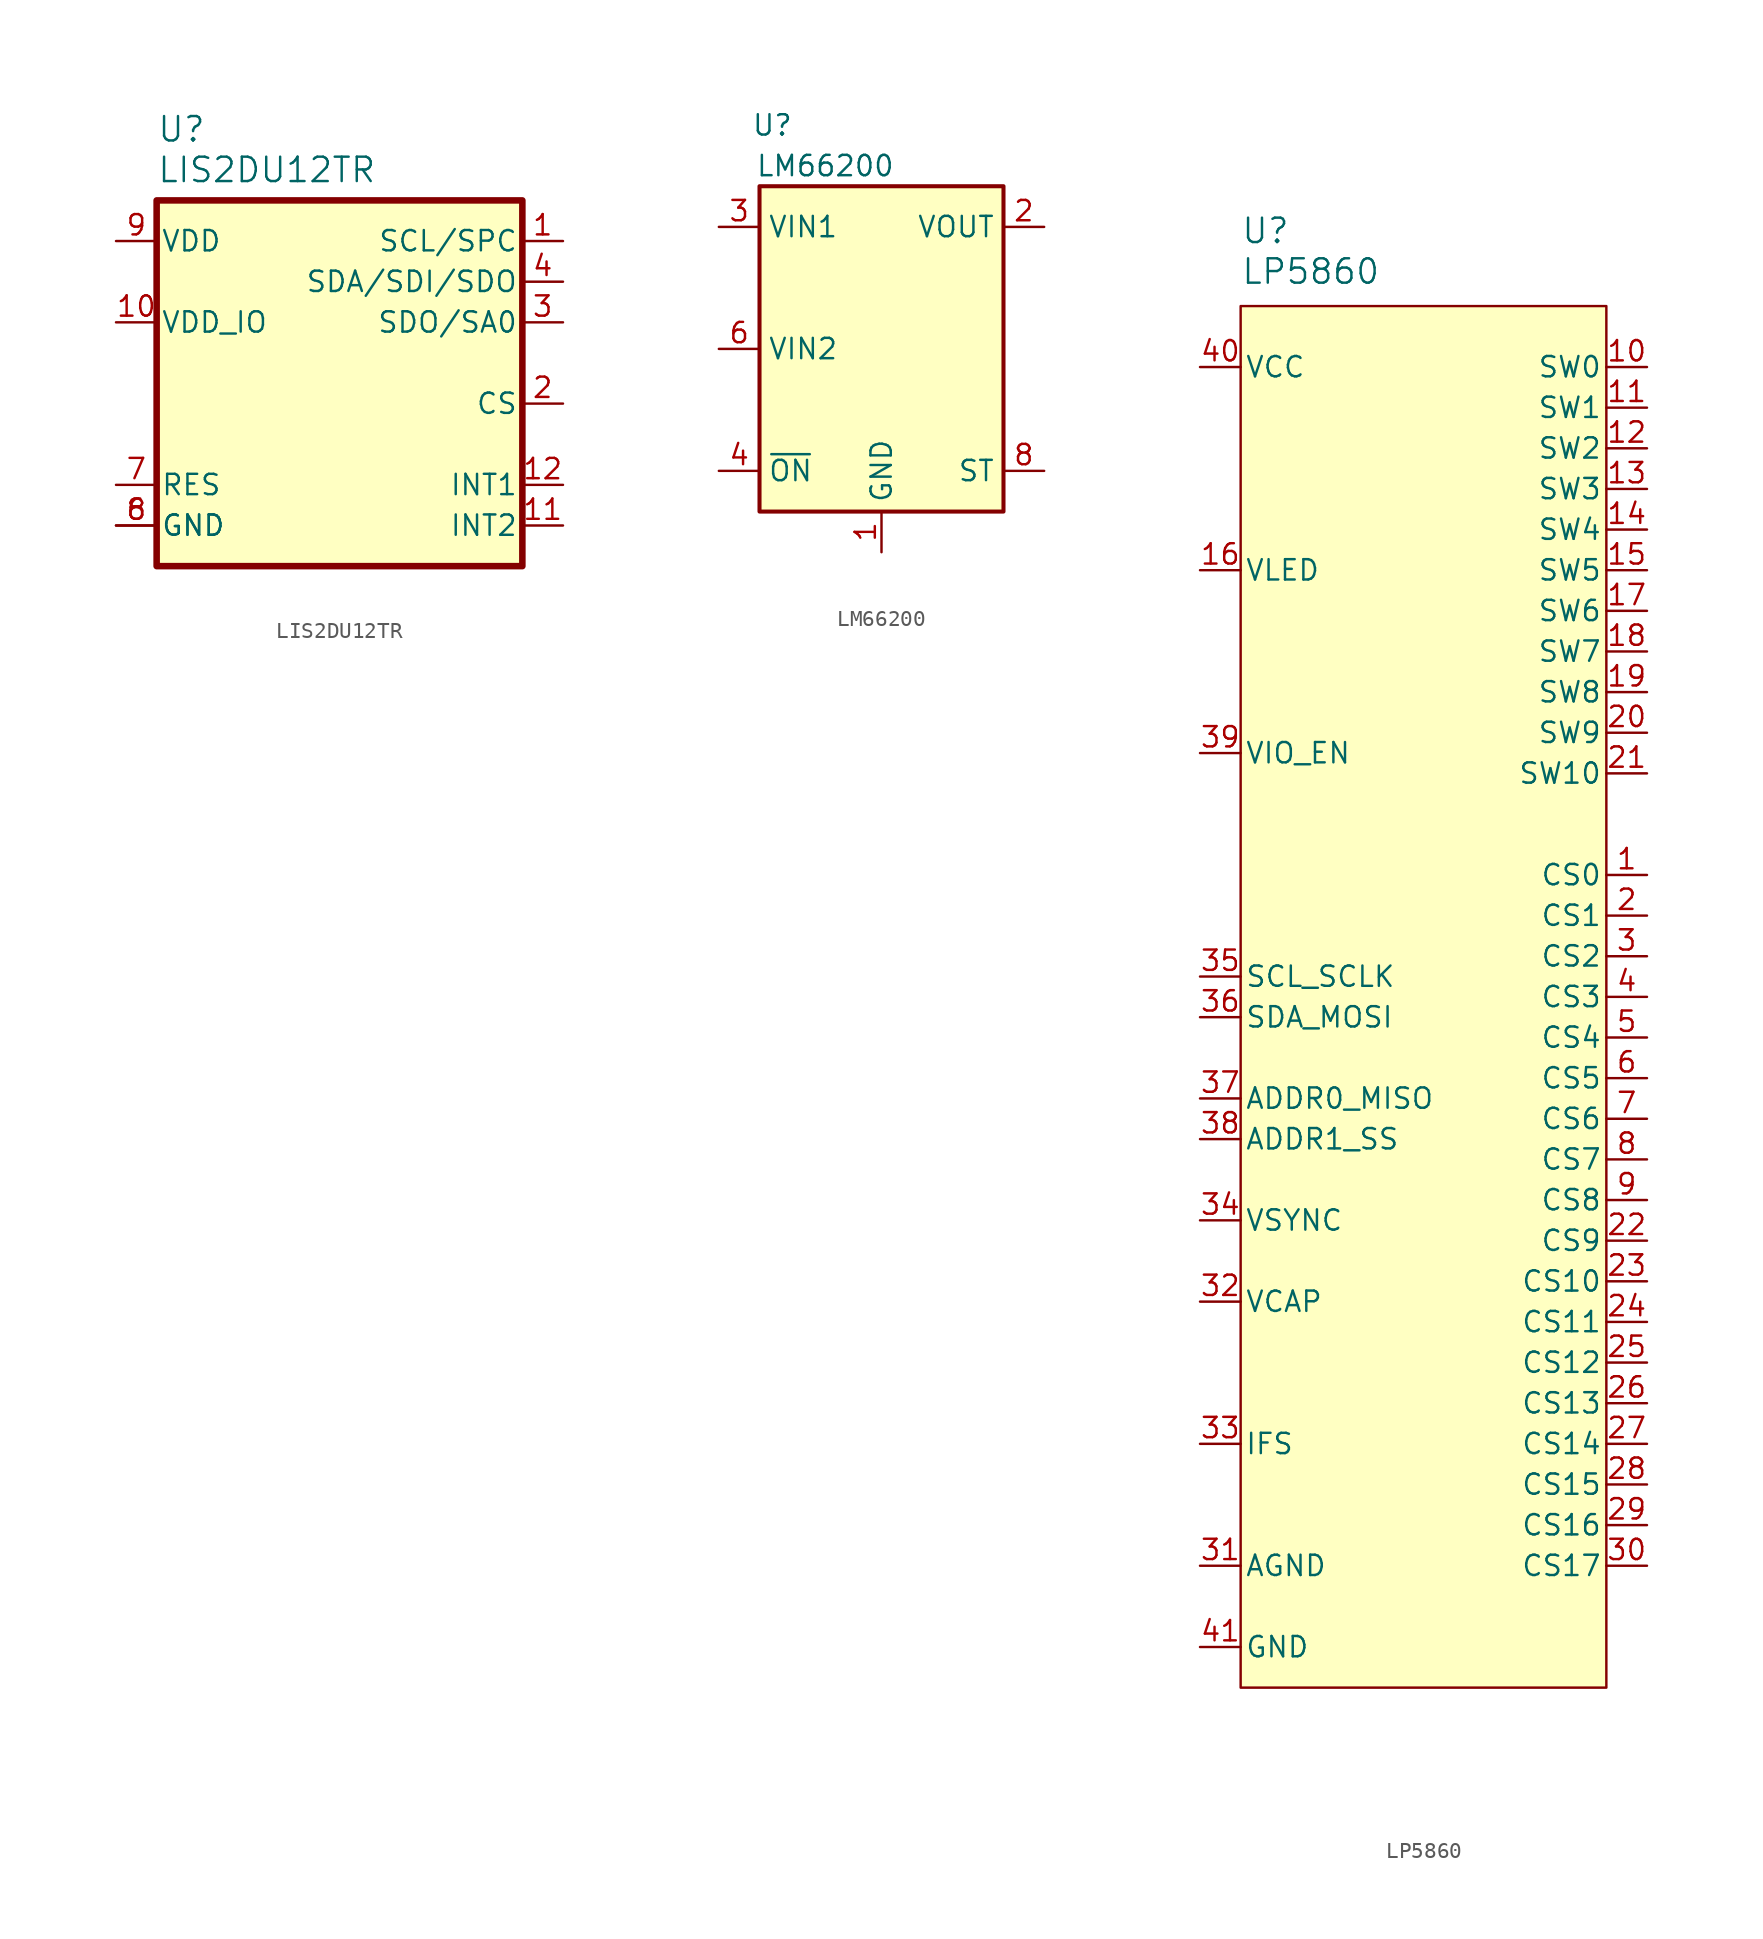
<source format=kicad_sym>
(kicad_symbol_lib
  (version 20241209)
  (generator "kicad_symbol_editor")
  (generator_version "9.0")
  (symbol "LIS2DU12TR"
    (pin_names
      (offset 0.254))
    (property "Reference" "U"
      (at -11.43 14.986 0)
      (effects (font (size 1.524 1.524)) (justify left bottom)))
    (property "Value" "LIS2DU12TR"
      (at -11.43 12.446 0)
      (effects (font (size 1.524 1.524)) (justify left bottom)))
    (symbol "LIS2DU12TR_0_0"
      (rectangle (start -11.43 11.43) (end 11.43 -11.43) (stroke (width 0.41) (type default)) (fill (type background))))
    (symbol "LIS2DU12TR_0_1"
      (pin power_in line (at -13.97 8.89 0) (length 2.54) (name "VDD" (effects (font (size 1.27 1.27)))) (number "9" (effects (font (size 1.27 1.27)))))
      (pin power_in line (at -13.97 3.81 0) (length 2.54) (name "VDD_IO" (effects (font (size 1.27 1.27)))) (number "10" (effects (font (size 1.27 1.27)))))
      (pin power_out line (at -13.97 -6.35 0) (length 2.54) (name "RES" (effects (font (size 1.27 1.27)))) (number "7" (effects (font (size 1.27 1.27)))))
      (pin power_out line (at -13.97 -8.89 0) (length 2.54) (name "GND" (effects (font (size 1.27 1.27)))) (number "6" (effects (font (size 1.27 1.27)))))
      (pin power_out line (at -13.97 -8.89 0) (length 2.54) (name "GND" (effects (font (size 1.27 1.27)))) (number "8" (effects (font (size 1.27 1.27)))))
      (pin no_connect line (at -10.16 -3.81 0) (length 2.54) (hide yes) (name "NC" (effects (font (size 1.27 1.27)))) (number "5" (effects (font (size 1.27 1.27)))))
      (pin input line (at 13.97 8.89 180) (length 2.54) (name "SCL/SPC" (effects (font (size 1.27 1.27)))) (number "1" (effects (font (size 1.27 1.27)))))
      (pin bidirectional line (at 13.97 6.35 180) (length 2.54) (name "SDA/SDI/SDO" (effects (font (size 1.27 1.27)))) (number "4" (effects (font (size 1.27 1.27))))))
    (symbol "LIS2DU12TR_1_1"
      (pin bidirectional line (at 13.97 3.81 180) (length 2.54) (name "SDO/SA0" (effects (font (size 1.27 1.27)))) (number "3" (effects (font (size 1.27 1.27)))))
      (pin input line (at 13.97 -1.27 180) (length 2.54) (name "CS" (effects (font (size 1.27 1.27)))) (number "2" (effects (font (size 1.27 1.27)))))
      (pin output line (at 13.97 -6.35 180) (length 2.54) (name "INT1" (effects (font (size 1.27 1.27)))) (number "12" (effects (font (size 1.27 1.27)))))
      (pin bidirectional line (at 13.97 -8.89 180) (length 2.54) (name "INT2" (effects (font (size 1.27 1.27)))) (number "11" (effects (font (size 1.27 1.27)))))))
  (symbol "LM66200"
    (property "Reference" "U"
      (at -8.128 13.97 0)
      (effects (font (size 1.27 1.27)) (justify left)))
    (property "Value" "LM66200"
      (at -7.874 11.43 0)
      (effects (font (size 1.27 1.27)) (justify left)))
    (symbol "LM66200_0_1"
      (rectangle (start -7.62 10.16) (end 7.62 -10.16) (stroke (width 0.254) (type default)) (fill (type background))))
    (symbol "LM66200_1_0"
      (pin power_out line (at 10.16 7.62 180) (length 2.54) (hide yes) (name "VOUT" (effects (font (size 1.27 1.27)))) (number "7" (effects (font (size 1.27 1.27))))))
    (symbol "LM66200_1_1"
      (pin power_in line (at -10.16 7.62 0) (length 2.54) (name "VIN1" (effects (font (size 1.27 1.27)))) (number "3" (effects (font (size 1.27 1.27)))))
      (pin power_in line (at -10.16 0 0) (length 2.54) (name "VIN2" (effects (font (size 1.27 1.27)))) (number "6" (effects (font (size 1.27 1.27)))))
      (pin input line (at -10.16 -7.62 0) (length 2.54) (name "~{ON}" (effects (font (size 1.27 1.27)))) (number "4" (effects (font (size 1.27 1.27)))))
      (pin power_in line (at 0 -12.7 90) (length 2.54) (name "GND" (effects (font (size 1.27 1.27)))) (number "1" (effects (font (size 1.27 1.27)))))
      (pin power_in line (at 0 -12.7 90) (length 2.54) (hide yes) (name "GND" (effects (font (size 1.27 1.27)))) (number "5" (effects (font (size 1.27 1.27)))))
      (pin power_out line (at 10.16 7.62 180) (length 2.54) (name "VOUT" (effects (font (size 1.27 1.27)))) (number "2" (effects (font (size 1.27 1.27)))))
      (pin open_collector line (at 10.16 -7.62 180) (length 2.54) (name "ST" (effects (font (size 1.27 1.27)))) (number "8" (effects (font (size 1.27 1.27)))))))
  (symbol "LP5860"
    (pin_names
      (offset 0.254))
    (property "Reference" "U"
      (at -11.43 44.45 0)
      (effects (font (size 1.524 1.524)) (justify left bottom)))
    (property "Value" "LP5860"
      (at -11.43 41.91 0)
      (effects (font (size 1.524 1.524)) (justify left bottom)))
    (symbol "LP5860_0_1"
      (rectangle (start -11.43 40.64) (end 11.43 -45.72) (stroke (width 0) (type default)) (fill (type background)))
      (pin power_in line (at -13.97 36.83 0) (length 2.54) (name "VCC" (effects (font (size 1.27 1.27)))) (number "40" (effects (font (size 1.27 1.27)))))
      (pin power_in line (at -13.97 24.13 0) (length 2.54) (name "VLED" (effects (font (size 1.27 1.27)))) (number "16" (effects (font (size 1.27 1.27)))))
      (pin power_in line (at -13.97 12.7 0) (length 2.54) (name "VIO_EN" (effects (font (size 1.27 1.27)))) (number "39" (effects (font (size 1.27 1.27)))))
      (pin input line (at -13.97 -1.27 0) (length 2.54) (name "SCL_SCLK" (effects (font (size 1.27 1.27)))) (number "35" (effects (font (size 1.27 1.27)))))
      (pin bidirectional line (at -13.97 -3.81 0) (length 2.54) (name "SDA_MOSI" (effects (font (size 1.27 1.27)))) (number "36" (effects (font (size 1.27 1.27)))))
      (pin bidirectional line (at -13.97 -8.89 0) (length 2.54) (name "ADDR0_MISO" (effects (font (size 1.27 1.27)))) (number "37" (effects (font (size 1.27 1.27)))))
      (pin input line (at -13.97 -11.43 0) (length 2.54) (name "ADDR1_SS" (effects (font (size 1.27 1.27)))) (number "38" (effects (font (size 1.27 1.27)))))
      (pin input line (at -13.97 -16.51 0) (length 2.54) (name "VSYNC" (effects (font (size 1.27 1.27)))) (number "34" (effects (font (size 1.27 1.27)))))
      (pin unspecified line (at -13.97 -21.59 0) (length 2.54) (name "VCAP" (effects (font (size 1.27 1.27)))) (number "32" (effects (font (size 1.27 1.27)))))
      (pin input line (at -13.97 -30.48 0) (length 2.54) (name "IFS" (effects (font (size 1.27 1.27)))) (number "33" (effects (font (size 1.27 1.27)))))
      (pin power_in line (at -13.97 -38.1 0) (length 2.54) (name "AGND" (effects (font (size 1.27 1.27)))) (number "31" (effects (font (size 1.27 1.27)))))
      (pin power_in line (at -13.97 -43.18 0) (length 2.54) (name "GND" (effects (font (size 1.27 1.27)))) (number "41" (effects (font (size 1.27 1.27)))))
      (pin unspecified line (at 13.97 36.83 180) (length 2.54) (name "SW0" (effects (font (size 1.27 1.27)))) (number "10" (effects (font (size 1.27 1.27)))))
      (pin unspecified line (at 13.97 34.29 180) (length 2.54) (name "SW1" (effects (font (size 1.27 1.27)))) (number "11" (effects (font (size 1.27 1.27)))))
      (pin unspecified line (at 13.97 31.75 180) (length 2.54) (name "SW2" (effects (font (size 1.27 1.27)))) (number "12" (effects (font (size 1.27 1.27)))))
      (pin unspecified line (at 13.97 29.21 180) (length 2.54) (name "SW3" (effects (font (size 1.27 1.27)))) (number "13" (effects (font (size 1.27 1.27)))))
      (pin unspecified line (at 13.97 26.67 180) (length 2.54) (name "SW4" (effects (font (size 1.27 1.27)))) (number "14" (effects (font (size 1.27 1.27)))))
      (pin unspecified line (at 13.97 24.13 180) (length 2.54) (name "SW5" (effects (font (size 1.27 1.27)))) (number "15" (effects (font (size 1.27 1.27)))))
      (pin unspecified line (at 13.97 21.59 180) (length 2.54) (name "SW6" (effects (font (size 1.27 1.27)))) (number "17" (effects (font (size 1.27 1.27)))))
      (pin unspecified line (at 13.97 19.05 180) (length 2.54) (name "SW7" (effects (font (size 1.27 1.27)))) (number "18" (effects (font (size 1.27 1.27)))))
      (pin unspecified line (at 13.97 16.51 180) (length 2.54) (name "SW8" (effects (font (size 1.27 1.27)))) (number "19" (effects (font (size 1.27 1.27)))))
      (pin unspecified line (at 13.97 13.97 180) (length 2.54) (name "SW9" (effects (font (size 1.27 1.27)))) (number "20" (effects (font (size 1.27 1.27)))))
      (pin unspecified line (at 13.97 11.43 180) (length 2.54) (name "SW10" (effects (font (size 1.27 1.27)))) (number "21" (effects (font (size 1.27 1.27)))))
      (pin unspecified line (at 13.97 5.08 180) (length 2.54) (name "CS0" (effects (font (size 1.27 1.27)))) (number "1" (effects (font (size 1.27 1.27)))))
      (pin unspecified line (at 13.97 2.54 180) (length 2.54) (name "CS1" (effects (font (size 1.27 1.27)))) (number "2" (effects (font (size 1.27 1.27)))))
      (pin unspecified line (at 13.97 0 180) (length 2.54) (name "CS2" (effects (font (size 1.27 1.27)))) (number "3" (effects (font (size 1.27 1.27)))))
      (pin unspecified line (at 13.97 -2.54 180) (length 2.54) (name "CS3" (effects (font (size 1.27 1.27)))) (number "4" (effects (font (size 1.27 1.27)))))
      (pin unspecified line (at 13.97 -5.08 180) (length 2.54) (name "CS4" (effects (font (size 1.27 1.27)))) (number "5" (effects (font (size 1.27 1.27)))))
      (pin unspecified line (at 13.97 -7.62 180) (length 2.54) (name "CS5" (effects (font (size 1.27 1.27)))) (number "6" (effects (font (size 1.27 1.27)))))
      (pin unspecified line (at 13.97 -10.16 180) (length 2.54) (name "CS6" (effects (font (size 1.27 1.27)))) (number "7" (effects (font (size 1.27 1.27)))))
      (pin unspecified line (at 13.97 -12.7 180) (length 2.54) (name "CS7" (effects (font (size 1.27 1.27)))) (number "8" (effects (font (size 1.27 1.27)))))
      (pin unspecified line (at 13.97 -15.24 180) (length 2.54) (name "CS8" (effects (font (size 1.27 1.27)))) (number "9" (effects (font (size 1.27 1.27)))))
      (pin unspecified line (at 13.97 -17.78 180) (length 2.54) (name "CS9" (effects (font (size 1.27 1.27)))) (number "22" (effects (font (size 1.27 1.27)))))
      (pin unspecified line (at 13.97 -20.32 180) (length 2.54) (name "CS10" (effects (font (size 1.27 1.27)))) (number "23" (effects (font (size 1.27 1.27)))))
      (pin unspecified line (at 13.97 -22.86 180) (length 2.54) (name "CS11" (effects (font (size 1.27 1.27)))) (number "24" (effects (font (size 1.27 1.27)))))
      (pin unspecified line (at 13.97 -25.4 180) (length 2.54) (name "CS12" (effects (font (size 1.27 1.27)))) (number "25" (effects (font (size 1.27 1.27)))))
      (pin unspecified line (at 13.97 -27.94 180) (length 2.54) (name "CS13" (effects (font (size 1.27 1.27)))) (number "26" (effects (font (size 1.27 1.27)))))
      (pin unspecified line (at 13.97 -30.48 180) (length 2.54) (name "CS14" (effects (font (size 1.27 1.27)))) (number "27" (effects (font (size 1.27 1.27)))))
      (pin unspecified line (at 13.97 -33.02 180) (length 2.54) (name "CS15" (effects (font (size 1.27 1.27)))) (number "28" (effects (font (size 1.27 1.27)))))
      (pin unspecified line (at 13.97 -35.56 180) (length 2.54) (name "CS16" (effects (font (size 1.27 1.27)))) (number "29" (effects (font (size 1.27 1.27)))))
      (pin unspecified line (at 13.97 -38.1 180) (length 2.54) (name "CS17" (effects (font (size 1.27 1.27)))) (number "30" (effects (font (size 1.27 1.27))))))))
</source>
